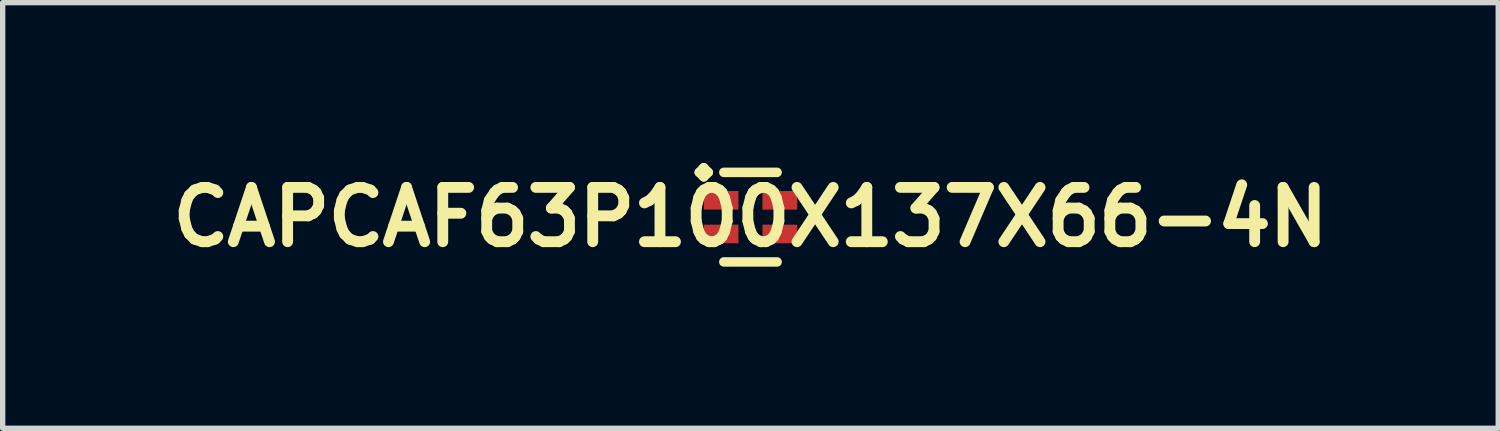
<source format=kicad_pcb>
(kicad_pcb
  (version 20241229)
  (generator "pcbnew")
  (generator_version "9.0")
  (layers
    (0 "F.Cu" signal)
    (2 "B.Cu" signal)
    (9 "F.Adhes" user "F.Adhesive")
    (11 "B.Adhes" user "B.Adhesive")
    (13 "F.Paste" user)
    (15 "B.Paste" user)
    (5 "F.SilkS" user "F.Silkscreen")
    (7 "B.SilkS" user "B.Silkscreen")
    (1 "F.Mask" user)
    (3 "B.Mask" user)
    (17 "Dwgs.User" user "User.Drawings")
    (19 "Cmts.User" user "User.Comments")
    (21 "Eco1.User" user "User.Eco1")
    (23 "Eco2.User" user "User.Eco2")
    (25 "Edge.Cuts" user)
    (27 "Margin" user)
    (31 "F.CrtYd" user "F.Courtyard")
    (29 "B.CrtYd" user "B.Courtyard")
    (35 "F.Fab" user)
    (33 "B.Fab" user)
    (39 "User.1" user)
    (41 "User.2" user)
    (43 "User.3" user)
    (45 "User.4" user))
  (footprint "CAPCAF63P100X137X66-4N"
    (layer "F.Cu")
    (at 10.992 1.013)
    (property "Reference" "CAPCAF63P100X137X66-4N" (at 0 0 0) (layer "F.SilkS") (effects (font (size 1.016 1.016) (thickness 0.203))))
    (attr smd)
    (fp_line (start -0.96 -0.838) (end -0.874 -0.927) (stroke (width 0.173) (type solid)) (layer "F.SilkS"))
    (fp_line (start -0.874 -0.927) (end -0.787 -0.838) (stroke (width 0.173) (type solid)) (layer "F.SilkS"))
    (fp_line (start -0.874 -0.752) (end -0.96 -0.838) (stroke (width 0.173) (type solid)) (layer "F.SilkS"))
    (fp_line (start -0.787 -0.838) (end -0.874 -0.752) (stroke (width 0.173) (type solid)) (layer "F.SilkS"))
    (fp_line (start -0.498 -0.838) (end 0.498 -0.838) (stroke (width 0.178) (type solid)) (layer "F.SilkS"))
    (fp_line (start -0.498 0.838) (end 0.498 0.838) (stroke (width 0.178) (type solid)) (layer "F.SilkS"))
    (pad "1" smd rect (at -0.549 -0.315) (size 0.648 0.348) (layers "F.Cu" "F.Mask" "F.Paste"))
    (pad "2" smd rect (at -0.549 0.315) (size 0.648 0.348) (layers "F.Cu" "F.Mask" "F.Paste"))
    (pad "3" smd rect (at 0.549 0.315) (size 0.648 0.348) (layers "F.Cu" "F.Mask" "F.Paste"))
    (pad "4" smd rect (at 0.549 -0.315) (size 0.648 0.348) (layers "F.Cu" "F.Mask" "F.Paste")))
  (gr_rect
    (start -3 -3)
    (end 24.984 4.964)
    (stroke (width 0.1) (type default))
    (fill no)
    (layer "Edge.Cuts")))
</source>
